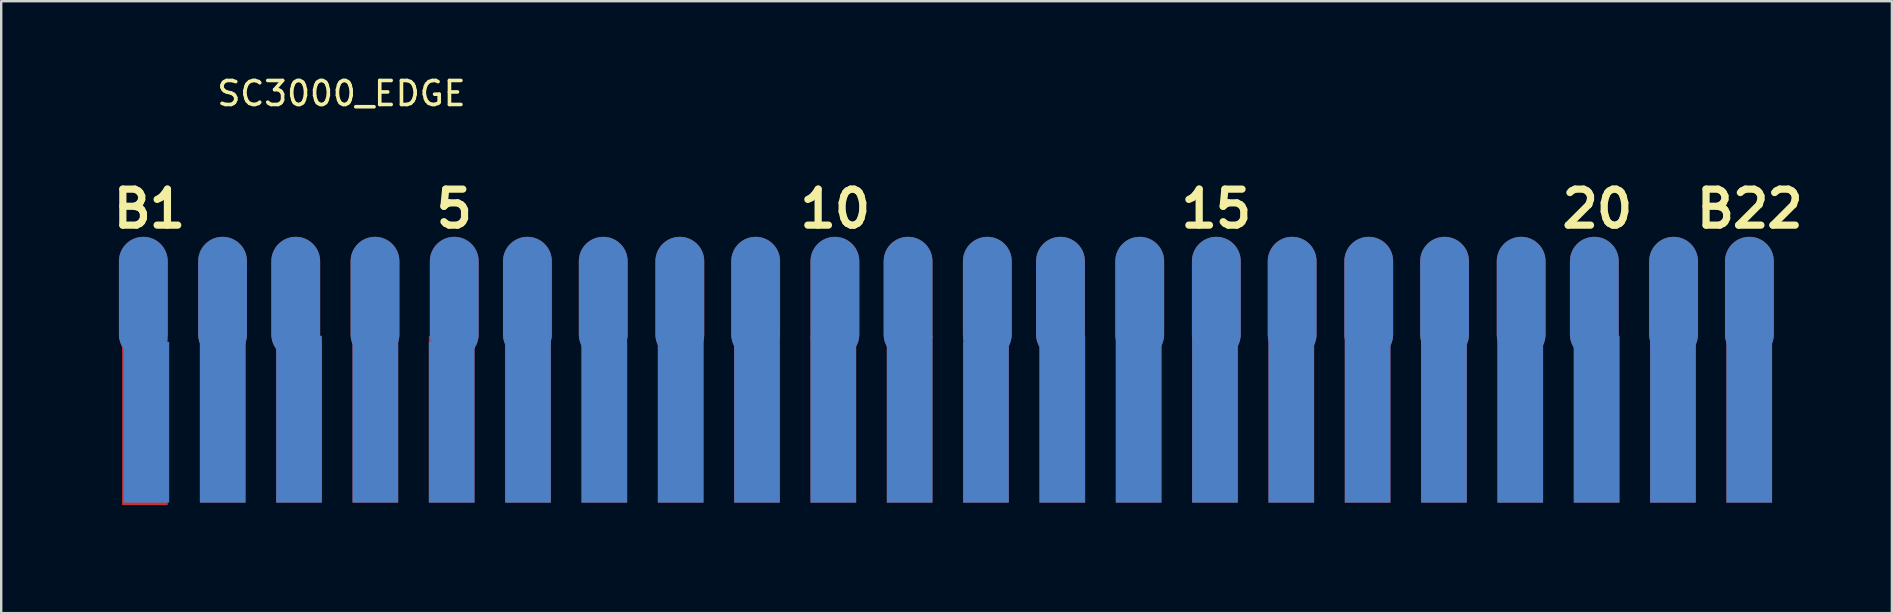
<source format=kicad_pcb>
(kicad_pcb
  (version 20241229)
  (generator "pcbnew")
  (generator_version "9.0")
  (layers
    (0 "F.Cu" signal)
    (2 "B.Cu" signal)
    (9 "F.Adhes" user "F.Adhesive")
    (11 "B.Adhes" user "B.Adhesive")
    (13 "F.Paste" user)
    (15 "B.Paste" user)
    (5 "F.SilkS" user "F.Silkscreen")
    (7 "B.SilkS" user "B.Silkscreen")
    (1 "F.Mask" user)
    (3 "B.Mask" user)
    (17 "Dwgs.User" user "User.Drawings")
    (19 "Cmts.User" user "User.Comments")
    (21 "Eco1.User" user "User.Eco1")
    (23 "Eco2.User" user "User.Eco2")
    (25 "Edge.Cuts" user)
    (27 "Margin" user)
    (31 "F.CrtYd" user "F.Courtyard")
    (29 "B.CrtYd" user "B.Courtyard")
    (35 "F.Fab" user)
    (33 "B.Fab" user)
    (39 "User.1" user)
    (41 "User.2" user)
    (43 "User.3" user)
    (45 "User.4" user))
  (footprint "SC3000_EDGE"
    (layer "F.Cu")
    (at 34.671 5.293)
    (property "Reference" "SC3000_EDGE" (at -23.495 -4.445 0) (layer "F.SilkS") (effects (font (size 1 1) (thickness 0.15))))
    (attr smd)
    (fp_poly (pts (xy -32.634 5.748) (xy -30.734 5.748) (xy -30.734 12.7) (xy -32.634 12.7)) (stroke (width 0) (type solid)) (fill yes) (layer "F.Cu"))
    (fp_poly (pts (xy -29.393 5.899) (xy -27.493 5.899) (xy -27.493 12.597) (xy -29.393 12.597)) (stroke (width 0) (type solid)) (fill yes) (layer "F.Cu"))
    (fp_poly (pts (xy -26.213 5.899) (xy -24.313 5.899) (xy -24.313 12.597) (xy -26.213 12.597)) (stroke (width 0) (type solid)) (fill yes) (layer "F.Cu"))
    (fp_poly (pts (xy -23.033 5.645) (xy -21.133 5.645) (xy -21.133 12.597) (xy -23.033 12.597)) (stroke (width 0) (type solid)) (fill yes) (layer "F.Cu"))
    (fp_poly (pts (xy -19.853 5.645) (xy -17.953 5.645) (xy -17.953 12.597) (xy -19.853 12.597)) (stroke (width 0) (type solid)) (fill yes) (layer "F.Cu"))
    (fp_poly (pts (xy -16.673 5.645) (xy -14.773 5.645) (xy -14.773 12.597) (xy -16.673 12.597)) (stroke (width 0) (type solid)) (fill yes) (layer "F.Cu"))
    (fp_poly (pts (xy -13.493 5.645) (xy -11.593 5.645) (xy -11.593 12.597) (xy -13.493 12.597)) (stroke (width 0) (type solid)) (fill yes) (layer "F.Cu"))
    (fp_poly (pts (xy -10.313 5.645) (xy -8.413 5.645) (xy -8.413 12.597) (xy -10.313 12.597)) (stroke (width 0) (type solid)) (fill yes) (layer "F.Cu"))
    (fp_poly (pts (xy -7.133 5.899) (xy -5.233 5.899) (xy -5.233 12.597) (xy -7.133 12.597)) (stroke (width 0) (type solid)) (fill yes) (layer "F.Cu"))
    (fp_poly (pts (xy -3.953 5.645) (xy -2.053 5.645) (xy -2.053 12.597) (xy -3.953 12.597)) (stroke (width 0) (type solid)) (fill yes) (layer "F.Cu"))
    (fp_poly (pts (xy -0.773 5.645) (xy 1.127 5.645) (xy 1.127 12.597) (xy -0.773 12.597)) (stroke (width 0) (type solid)) (fill yes) (layer "F.Cu"))
    (fp_poly (pts (xy 2.407 5.645) (xy 4.307 5.645) (xy 4.307 12.597) (xy 2.407 12.597)) (stroke (width 0) (type solid)) (fill yes) (layer "F.Cu"))
    (fp_poly (pts (xy 5.587 5.645) (xy 7.487 5.645) (xy 7.487 12.597) (xy 5.587 12.597)) (stroke (width 0) (type solid)) (fill yes) (layer "F.Cu"))
    (fp_poly (pts (xy 8.767 5.645) (xy 10.667 5.645) (xy 10.667 12.597) (xy 8.767 12.597)) (stroke (width 0) (type solid)) (fill yes) (layer "F.Cu"))
    (fp_poly (pts (xy 11.947 5.645) (xy 13.847 5.645) (xy 13.847 12.597) (xy 11.947 12.597)) (stroke (width 0) (type solid)) (fill yes) (layer "F.Cu"))
    (fp_poly (pts (xy 15.127 5.645) (xy 17.027 5.645) (xy 17.027 12.597) (xy 15.127 12.597)) (stroke (width 0) (type solid)) (fill yes) (layer "F.Cu"))
    (fp_poly (pts (xy 18.307 5.645) (xy 20.207 5.645) (xy 20.207 12.597) (xy 18.307 12.597)) (stroke (width 0) (type solid)) (fill yes) (layer "F.Cu"))
    (fp_poly (pts (xy 21.487 5.645) (xy 23.387 5.645) (xy 23.387 12.597) (xy 21.487 12.597)) (stroke (width 0) (type solid)) (fill yes) (layer "F.Cu"))
    (fp_poly (pts (xy 24.667 5.645) (xy 26.567 5.645) (xy 26.567 12.597) (xy 24.667 12.597)) (stroke (width 0) (type solid)) (fill yes) (layer "F.Cu"))
    (fp_poly (pts (xy 27.847 5.645) (xy 29.747 5.645) (xy 29.747 12.597) (xy 27.847 12.597)) (stroke (width 0) (type solid)) (fill yes) (layer "F.Cu"))
    (fp_poly (pts (xy 31.027 5.645) (xy 32.927 5.645) (xy 32.927 12.597) (xy 31.027 12.597)) (stroke (width 0) (type solid)) (fill yes) (layer "F.Cu"))
    (fp_poly (pts (xy 34.207 5.645) (xy 36.107 5.645) (xy 36.107 12.597) (xy 34.207 12.597)) (stroke (width 0) (type solid)) (fill yes) (layer "F.Cu"))
    (fp_poly (pts (xy -34.671 5.842) (xy 38.1 5.842) (xy 38.1 14.201) (xy -34.671 14.201)) (stroke (width 0) (type solid)) (fill yes) (layer "F.Mask"))
    (fp_poly (pts (xy -32.675 12.7) (xy -32.675 6.561) (xy -30.571 6.561) (xy -30.571 12.7)) (stroke (width 0) (type solid)) (fill yes) (layer "F.Mask"))
    (fp_poly (pts (xy -29.494 12.7) (xy -29.494 5.799) (xy -27.391 5.799) (xy -27.391 12.7)) (stroke (width 0) (type solid)) (fill yes) (layer "F.Mask"))
    (fp_poly (pts (xy -26.314 12.7) (xy -26.314 5.799) (xy -24.211 5.799) (xy -24.211 12.7)) (stroke (width 0) (type solid)) (fill yes) (layer "F.Mask"))
    (fp_poly (pts (xy -23.134 12.7) (xy -23.134 5.799) (xy -21.031 5.799) (xy -21.031 12.7)) (stroke (width 0) (type solid)) (fill yes) (layer "F.Mask"))
    (fp_poly (pts (xy -19.954 12.7) (xy -19.954 5.799) (xy -17.851 5.799) (xy -17.851 12.7)) (stroke (width 0) (type solid)) (fill yes) (layer "F.Mask"))
    (fp_poly (pts (xy -16.774 12.7) (xy -16.774 5.799) (xy -14.671 5.799) (xy -14.671 12.7)) (stroke (width 0) (type solid)) (fill yes) (layer "F.Mask"))
    (fp_poly (pts (xy -13.594 12.7) (xy -13.594 5.799) (xy -11.491 5.799) (xy -11.491 12.7)) (stroke (width 0) (type solid)) (fill yes) (layer "F.Mask"))
    (fp_poly (pts (xy -10.414 12.7) (xy -10.414 5.799) (xy -8.311 5.799) (xy -8.311 12.7)) (stroke (width 0) (type solid)) (fill yes) (layer "F.Mask"))
    (fp_poly (pts (xy -7.234 12.7) (xy -7.234 5.799) (xy -5.131 5.799) (xy -5.131 12.7)) (stroke (width 0) (type solid)) (fill yes) (layer "F.Mask"))
    (fp_poly (pts (xy -4.054 12.7) (xy -4.054 5.799) (xy -1.951 5.799) (xy -1.951 12.7)) (stroke (width 0) (type solid)) (fill yes) (layer "F.Mask"))
    (fp_poly (pts (xy -0.874 12.7) (xy -0.874 5.799) (xy 1.229 5.799) (xy 1.229 12.7)) (stroke (width 0) (type solid)) (fill yes) (layer "F.Mask"))
    (fp_poly (pts (xy 2.306 12.7) (xy 2.306 5.799) (xy 4.409 5.799) (xy 4.409 12.7)) (stroke (width 0) (type solid)) (fill yes) (layer "F.Mask"))
    (fp_poly (pts (xy 5.486 12.7) (xy 5.486 5.799) (xy 7.59 5.799) (xy 7.59 12.7)) (stroke (width 0) (type solid)) (fill yes) (layer "F.Mask"))
    (fp_poly (pts (xy 8.666 12.7) (xy 8.666 5.545) (xy 10.77 5.545) (xy 10.77 12.7)) (stroke (width 0) (type solid)) (fill yes) (layer "F.Mask"))
    (fp_poly (pts (xy 11.847 12.7) (xy 11.847 5.799) (xy 13.95 5.799) (xy 13.95 12.7)) (stroke (width 0) (type solid)) (fill yes) (layer "F.Mask"))
    (fp_poly (pts (xy 15.027 12.7) (xy 15.027 5.799) (xy 17.13 5.799) (xy 17.13 12.7)) (stroke (width 0) (type solid)) (fill yes) (layer "F.Mask"))
    (fp_poly (pts (xy 18.204 12.7) (xy 18.204 5.799) (xy 20.31 5.799) (xy 20.31 12.7)) (stroke (width 0) (type solid)) (fill yes) (layer "F.Mask"))
    (fp_poly (pts (xy 21.384 12.7) (xy 21.384 5.799) (xy 23.487 5.799) (xy 23.487 12.7)) (stroke (width 0) (type solid)) (fill yes) (layer "F.Mask"))
    (fp_poly (pts (xy 24.564 12.7) (xy 24.564 5.799) (xy 26.667 5.799) (xy 26.667 12.7)) (stroke (width 0) (type solid)) (fill yes) (layer "F.Mask"))
    (fp_poly (pts (xy 27.744 12.7) (xy 27.744 5.799) (xy 29.848 5.799) (xy 29.848 12.7)) (stroke (width 0) (type solid)) (fill yes) (layer "F.Mask"))
    (fp_poly (pts (xy 30.924 12.7) (xy 30.924 5.799) (xy 33.028 5.799) (xy 33.028 12.7)) (stroke (width 0) (type solid)) (fill yes) (layer "F.Mask"))
    (fp_poly (pts (xy 34.105 12.7) (xy 34.105 5.799) (xy 36.208 5.799) (xy 36.208 12.7)) (stroke (width 0) (type solid)) (fill yes) (layer "F.Mask"))
    (fp_poly (pts (xy -32.573 5.899) (xy -30.673 5.899) (xy -30.673 12.597) (xy -32.573 12.597)) (stroke (width 0) (type solid)) (fill yes) (layer "B.Cu"))
    (fp_poly (pts (xy -29.393 5.899) (xy -27.493 5.899) (xy -27.493 12.597) (xy -29.393 12.597)) (stroke (width 0) (type solid)) (fill yes) (layer "B.Cu"))
    (fp_poly (pts (xy -26.213 5.645) (xy -24.313 5.645) (xy -24.313 12.597) (xy -26.213 12.597)) (stroke (width 0) (type solid)) (fill yes) (layer "B.Cu"))
    (fp_poly (pts (xy -23.033 5.899) (xy -21.133 5.899) (xy -21.133 12.597) (xy -23.033 12.597)) (stroke (width 0) (type solid)) (fill yes) (layer "B.Cu"))
    (fp_poly (pts (xy -19.853 5.899) (xy -17.953 5.899) (xy -17.953 12.597) (xy -19.853 12.597)) (stroke (width 0) (type solid)) (fill yes) (layer "B.Cu"))
    (fp_poly (pts (xy -16.673 5.645) (xy -14.773 5.645) (xy -14.773 12.597) (xy -16.673 12.597)) (stroke (width 0) (type solid)) (fill yes) (layer "B.Cu"))
    (fp_poly (pts (xy -13.493 5.899) (xy -11.593 5.899) (xy -11.593 12.597) (xy -13.493 12.597)) (stroke (width 0) (type solid)) (fill yes) (layer "B.Cu"))
    (fp_poly (pts (xy -10.313 5.645) (xy -8.413 5.645) (xy -8.413 12.597) (xy -10.313 12.597)) (stroke (width 0) (type solid)) (fill yes) (layer "B.Cu"))
    (fp_poly (pts (xy -7.133 5.645) (xy -5.233 5.645) (xy -5.233 12.597) (xy -7.133 12.597)) (stroke (width 0) (type solid)) (fill yes) (layer "B.Cu"))
    (fp_poly (pts (xy -3.953 5.645) (xy -2.053 5.645) (xy -2.053 12.597) (xy -3.953 12.597)) (stroke (width 0) (type solid)) (fill yes) (layer "B.Cu"))
    (fp_poly (pts (xy -0.773 5.645) (xy 1.127 5.645) (xy 1.127 12.597) (xy -0.773 12.597)) (stroke (width 0) (type solid)) (fill yes) (layer "B.Cu"))
    (fp_poly (pts (xy 2.407 5.899) (xy 4.307 5.899) (xy 4.307 12.597) (xy 2.407 12.597)) (stroke (width 0) (type solid)) (fill yes) (layer "B.Cu"))
    (fp_poly (pts (xy 5.587 5.645) (xy 7.487 5.645) (xy 7.487 12.597) (xy 5.587 12.597)) (stroke (width 0) (type solid)) (fill yes) (layer "B.Cu"))
    (fp_poly (pts (xy 8.767 5.645) (xy 10.667 5.645) (xy 10.667 12.597) (xy 8.767 12.597)) (stroke (width 0) (type solid)) (fill yes) (layer "B.Cu"))
    (fp_poly (pts (xy 11.947 5.645) (xy 13.847 5.645) (xy 13.847 12.597) (xy 11.947 12.597)) (stroke (width 0) (type solid)) (fill yes) (layer "B.Cu"))
    (fp_poly (pts (xy 15.127 5.645) (xy 17.027 5.645) (xy 17.027 12.597) (xy 15.127 12.597)) (stroke (width 0) (type solid)) (fill yes) (layer "B.Cu"))
    (fp_poly (pts (xy 18.307 5.645) (xy 20.207 5.645) (xy 20.207 12.597) (xy 18.307 12.597)) (stroke (width 0) (type solid)) (fill yes) (layer "B.Cu"))
    (fp_poly (pts (xy 21.487 5.645) (xy 23.387 5.645) (xy 23.387 12.597) (xy 21.487 12.597)) (stroke (width 0) (type solid)) (fill yes) (layer "B.Cu"))
    (fp_poly (pts (xy 24.667 5.645) (xy 26.567 5.645) (xy 26.567 12.597) (xy 24.667 12.597)) (stroke (width 0) (type solid)) (fill yes) (layer "B.Cu"))
    (fp_poly (pts (xy 27.847 5.645) (xy 29.747 5.645) (xy 29.747 12.597) (xy 27.847 12.597)) (stroke (width 0) (type solid)) (fill yes) (layer "B.Cu"))
    (fp_poly (pts (xy 31.027 5.899) (xy 32.927 5.899) (xy 32.927 12.597) (xy 31.027 12.597)) (stroke (width 0) (type solid)) (fill yes) (layer "B.Cu"))
    (fp_poly (pts (xy 34.207 5.645) (xy 36.107 5.645) (xy 36.107 12.597) (xy 34.207 12.597)) (stroke (width 0) (type solid)) (fill yes) (layer "B.Cu"))
    (fp_poly (pts (xy -34.671 5.842) (xy 38.1 5.842) (xy 38.1 14.201) (xy -34.671 14.201)) (stroke (width 0) (type solid)) (fill yes) (layer "B.Mask"))
    (fp_poly (pts (xy -32.675 12.7) (xy -32.675 5.799) (xy -30.571 5.799) (xy -30.571 12.7)) (stroke (width 0) (type solid)) (fill yes) (layer "B.Mask"))
    (fp_poly (pts (xy -29.494 12.7) (xy -29.494 5.799) (xy -27.391 5.799) (xy -27.391 12.7)) (stroke (width 0) (type solid)) (fill yes) (layer "B.Mask"))
    (fp_poly (pts (xy -26.314 12.7) (xy -26.314 5.799) (xy -24.211 5.799) (xy -24.211 12.7)) (stroke (width 0) (type solid)) (fill yes) (layer "B.Mask"))
    (fp_poly (pts (xy -23.134 12.7) (xy -23.134 5.799) (xy -21.031 5.799) (xy -21.031 12.7)) (stroke (width 0) (type solid)) (fill yes) (layer "B.Mask"))
    (fp_poly (pts (xy -19.954 12.7) (xy -19.954 5.799) (xy -17.851 5.799) (xy -17.851 12.7)) (stroke (width 0) (type solid)) (fill yes) (layer "B.Mask"))
    (fp_poly (pts (xy -16.774 12.7) (xy -16.774 5.799) (xy -14.671 5.799) (xy -14.671 12.7)) (stroke (width 0) (type solid)) (fill yes) (layer "B.Mask"))
    (fp_poly (pts (xy -13.594 12.7) (xy -13.594 5.799) (xy -11.491 5.799) (xy -11.491 12.7)) (stroke (width 0) (type solid)) (fill yes) (layer "B.Mask"))
    (fp_poly (pts (xy -10.414 12.7) (xy -10.414 5.799) (xy -8.311 5.799) (xy -8.311 12.7)) (stroke (width 0) (type solid)) (fill yes) (layer "B.Mask"))
    (fp_poly (pts (xy -7.234 12.7) (xy -7.234 5.799) (xy -5.131 5.799) (xy -5.131 12.7)) (stroke (width 0) (type solid)) (fill yes) (layer "B.Mask"))
    (fp_poly (pts (xy -4.054 12.7) (xy -4.054 5.799) (xy -1.951 5.799) (xy -1.951 12.7)) (stroke (width 0) (type solid)) (fill yes) (layer "B.Mask"))
    (fp_poly (pts (xy -0.874 12.7) (xy -0.874 5.799) (xy 1.229 5.799) (xy 1.229 12.7)) (stroke (width 0) (type solid)) (fill yes) (layer "B.Mask"))
    (fp_poly (pts (xy 2.306 12.7) (xy 2.306 5.799) (xy 4.409 5.799) (xy 4.409 12.7)) (stroke (width 0) (type solid)) (fill yes) (layer "B.Mask"))
    (fp_poly (pts (xy 5.486 12.7) (xy 5.486 5.799) (xy 7.59 5.799) (xy 7.59 12.7)) (stroke (width 0) (type solid)) (fill yes) (layer "B.Mask"))
    (fp_poly (pts (xy 8.666 12.7) (xy 8.666 5.799) (xy 10.77 5.799) (xy 10.77 12.7)) (stroke (width 0) (type solid)) (fill yes) (layer "B.Mask"))
    (fp_poly (pts (xy 11.847 12.7) (xy 11.847 5.799) (xy 13.95 5.799) (xy 13.95 12.7)) (stroke (width 0) (type solid)) (fill yes) (layer "B.Mask"))
    (fp_poly (pts (xy 15.027 12.7) (xy 15.027 5.799) (xy 17.13 5.799) (xy 17.13 12.7)) (stroke (width 0) (type solid)) (fill yes) (layer "B.Mask"))
    (fp_poly (pts (xy 18.204 12.7) (xy 18.204 5.799) (xy 20.31 5.799) (xy 20.31 12.7)) (stroke (width 0) (type solid)) (fill yes) (layer "B.Mask"))
    (fp_poly (pts (xy 21.384 12.7) (xy 21.384 5.799) (xy 23.487 5.799) (xy 23.487 12.7)) (stroke (width 0) (type solid)) (fill yes) (layer "B.Mask"))
    (fp_poly (pts (xy 24.564 12.7) (xy 24.564 5.799) (xy 26.667 5.799) (xy 26.667 12.7)) (stroke (width 0) (type solid)) (fill yes) (layer "B.Mask"))
    (fp_poly (pts (xy 27.744 12.7) (xy 27.744 5.799) (xy 29.848 5.799) (xy 29.848 12.7)) (stroke (width 0) (type solid)) (fill yes) (layer "B.Mask"))
    (fp_poly (pts (xy 30.924 12.7) (xy 30.924 5.799) (xy 33.028 5.799) (xy 33.028 12.7)) (stroke (width 0) (type solid)) (fill yes) (layer "B.Mask"))
    (fp_poly (pts (xy 34.105 12.7) (xy 34.105 5.799) (xy 36.208 5.799) (xy 36.208 12.7)) (stroke (width 0) (type solid)) (fill yes) (layer "B.Mask"))
    (fp_poly (pts (xy -32.573 5.899) (xy -30.673 5.899) (xy -30.673 12.597) (xy -32.573 12.597)) (stroke (width 0) (type solid)) (fill yes) (layer "F.Paste"))
    (fp_poly (pts (xy -29.393 5.899) (xy -27.493 5.899) (xy -27.493 12.597) (xy -29.393 12.597)) (stroke (width 0) (type solid)) (fill yes) (layer "F.Paste"))
    (fp_poly (pts (xy -26.213 5.645) (xy -24.313 5.645) (xy -24.313 12.597) (xy -26.213 12.597)) (stroke (width 0) (type solid)) (fill yes) (layer "F.Paste"))
    (fp_poly (pts (xy -23.033 5.645) (xy -21.133 5.645) (xy -21.133 12.597) (xy -23.033 12.597)) (stroke (width 0) (type solid)) (fill yes) (layer "F.Paste"))
    (fp_poly (pts (xy -19.853 5.645) (xy -17.953 5.645) (xy -17.953 12.597) (xy -19.853 12.597)) (stroke (width 0) (type solid)) (fill yes) (layer "F.Paste"))
    (fp_poly (pts (xy -16.673 5.645) (xy -14.773 5.645) (xy -14.773 12.597) (xy -16.673 12.597)) (stroke (width 0) (type solid)) (fill yes) (layer "F.Paste"))
    (fp_poly (pts (xy -13.493 5.899) (xy -11.593 5.899) (xy -11.593 12.597) (xy -13.493 12.597)) (stroke (width 0) (type solid)) (fill yes) (layer "F.Paste"))
    (fp_poly (pts (xy -10.313 5.899) (xy -8.413 5.899) (xy -8.413 12.597) (xy -10.313 12.597)) (stroke (width 0) (type solid)) (fill yes) (layer "F.Paste"))
    (fp_poly (pts (xy -7.133 5.645) (xy -5.233 5.645) (xy -5.233 12.597) (xy -7.133 12.597)) (stroke (width 0) (type solid)) (fill yes) (layer "F.Paste"))
    (fp_poly (pts (xy -3.953 5.645) (xy -2.053 5.645) (xy -2.053 12.597) (xy -3.953 12.597)) (stroke (width 0) (type solid)) (fill yes) (layer "F.Paste"))
    (fp_poly (pts (xy -0.773 5.645) (xy 1.127 5.645) (xy 1.127 12.597) (xy -0.773 12.597)) (stroke (width 0) (type solid)) (fill yes) (layer "F.Paste"))
    (fp_poly (pts (xy 2.407 5.645) (xy 4.307 5.645) (xy 4.307 12.597) (xy 2.407 12.597)) (stroke (width 0) (type solid)) (fill yes) (layer "F.Paste"))
    (fp_poly (pts (xy 5.587 5.645) (xy 7.487 5.645) (xy 7.487 12.597) (xy 5.587 12.597)) (stroke (width 0) (type solid)) (fill yes) (layer "F.Paste"))
    (fp_poly (pts (xy 8.767 5.645) (xy 10.667 5.645) (xy 10.667 12.597) (xy 8.767 12.597)) (stroke (width 0) (type solid)) (fill yes) (layer "F.Paste"))
    (fp_poly (pts (xy 11.947 5.645) (xy 13.847 5.645) (xy 13.847 12.597) (xy 11.947 12.597)) (stroke (width 0) (type solid)) (fill yes) (layer "F.Paste"))
    (fp_poly (pts (xy 15.127 5.645) (xy 17.027 5.645) (xy 17.027 12.597) (xy 15.127 12.597)) (stroke (width 0) (type solid)) (fill yes) (layer "F.Paste"))
    (fp_poly (pts (xy 18.307 5.645) (xy 20.207 5.645) (xy 20.207 12.597) (xy 18.307 12.597)) (stroke (width 0) (type solid)) (fill yes) (layer "F.Paste"))
    (fp_poly (pts (xy 21.487 5.645) (xy 23.387 5.645) (xy 23.387 12.597) (xy 21.487 12.597)) (stroke (width 0) (type solid)) (fill yes) (layer "F.Paste"))
    (fp_poly (pts (xy 24.667 5.645) (xy 26.567 5.645) (xy 26.567 12.597) (xy 24.667 12.597)) (stroke (width 0) (type solid)) (fill yes) (layer "F.Paste"))
    (fp_poly (pts (xy 27.847 5.645) (xy 29.747 5.645) (xy 29.747 12.597) (xy 27.847 12.597)) (stroke (width 0) (type solid)) (fill yes) (layer "F.Paste"))
    (fp_poly (pts (xy 31.027 5.645) (xy 32.927 5.645) (xy 32.927 12.597) (xy 31.027 12.597)) (stroke (width 0) (type solid)) (fill yes) (layer "F.Paste"))
    (fp_poly (pts (xy 34.207 5.645) (xy 36.107 5.645) (xy 36.107 12.597) (xy 34.207 12.597)) (stroke (width 0) (type solid)) (fill yes) (layer "F.Paste"))
    (fp_poly (pts (xy -32.573 6.153) (xy -30.673 6.153) (xy -30.673 12.597) (xy -32.573 12.597)) (stroke (width 0) (type solid)) (fill yes) (layer "B.Paste"))
    (fp_poly (pts (xy -29.393 5.899) (xy -27.493 5.899) (xy -27.493 12.597) (xy -29.393 12.597)) (stroke (width 0) (type solid)) (fill yes) (layer "B.Paste"))
    (fp_poly (pts (xy -26.213 5.899) (xy -24.313 5.899) (xy -24.313 12.597) (xy -26.213 12.597)) (stroke (width 0) (type solid)) (fill yes) (layer "B.Paste"))
    (fp_poly (pts (xy -23.033 5.645) (xy -21.133 5.645) (xy -21.133 12.597) (xy -23.033 12.597)) (stroke (width 0) (type solid)) (fill yes) (layer "B.Paste"))
    (fp_poly (pts (xy -19.853 5.899) (xy -17.953 5.899) (xy -17.953 12.597) (xy -19.853 12.597)) (stroke (width 0) (type solid)) (fill yes) (layer "B.Paste"))
    (fp_poly (pts (xy -16.673 5.645) (xy -14.773 5.645) (xy -14.773 12.597) (xy -16.673 12.597)) (stroke (width 0) (type solid)) (fill yes) (layer "B.Paste"))
    (fp_poly (pts (xy -13.493 5.645) (xy -11.593 5.645) (xy -11.593 12.597) (xy -13.493 12.597)) (stroke (width 0) (type solid)) (fill yes) (layer "B.Paste"))
    (fp_poly (pts (xy -10.313 5.645) (xy -8.413 5.645) (xy -8.413 12.597) (xy -10.313 12.597)) (stroke (width 0) (type solid)) (fill yes) (layer "B.Paste"))
    (fp_poly (pts (xy -7.133 5.645) (xy -5.233 5.645) (xy -5.233 12.597) (xy -7.133 12.597)) (stroke (width 0) (type solid)) (fill yes) (layer "B.Paste"))
    (fp_poly (pts (xy -3.953 5.899) (xy -2.053 5.899) (xy -2.053 12.597) (xy -3.953 12.597)) (stroke (width 0) (type solid)) (fill yes) (layer "B.Paste"))
    (fp_poly (pts (xy -0.773 5.645) (xy 1.127 5.645) (xy 1.127 12.597) (xy -0.773 12.597)) (stroke (width 0) (type solid)) (fill yes) (layer "B.Paste"))
    (fp_poly (pts (xy 2.407 5.645) (xy 4.307 5.645) (xy 4.307 12.597) (xy 2.407 12.597)) (stroke (width 0) (type solid)) (fill yes) (layer "B.Paste"))
    (fp_poly (pts (xy 5.587 5.645) (xy 7.487 5.645) (xy 7.487 12.597) (xy 5.587 12.597)) (stroke (width 0) (type solid)) (fill yes) (layer "B.Paste"))
    (fp_poly (pts (xy 8.767 5.645) (xy 10.667 5.645) (xy 10.667 12.597) (xy 8.767 12.597)) (stroke (width 0) (type solid)) (fill yes) (layer "B.Paste"))
    (fp_poly (pts (xy 11.947 5.645) (xy 13.847 5.645) (xy 13.847 12.597) (xy 11.947 12.597)) (stroke (width 0) (type solid)) (fill yes) (layer "B.Paste"))
    (fp_poly (pts (xy 15.127 5.645) (xy 17.027 5.645) (xy 17.027 12.597) (xy 15.127 12.597)) (stroke (width 0) (type solid)) (fill yes) (layer "B.Paste"))
    (fp_poly (pts (xy 18.307 5.645) (xy 20.207 5.645) (xy 20.207 12.597) (xy 18.307 12.597)) (stroke (width 0) (type solid)) (fill yes) (layer "B.Paste"))
    (fp_poly (pts (xy 21.487 5.645) (xy 23.387 5.645) (xy 23.387 12.597) (xy 21.487 12.597)) (stroke (width 0) (type solid)) (fill yes) (layer "B.Paste"))
    (fp_poly (pts (xy 24.667 5.645) (xy 26.567 5.645) (xy 26.567 12.597) (xy 24.667 12.597)) (stroke (width 0) (type solid)) (fill yes) (layer "B.Paste"))
    (fp_poly (pts (xy 27.847 5.645) (xy 29.747 5.645) (xy 29.747 12.597) (xy 27.847 12.597)) (stroke (width 0) (type solid)) (fill yes) (layer "B.Paste"))
    (fp_poly (pts (xy 31.027 5.645) (xy 32.927 5.645) (xy 32.927 12.597) (xy 31.027 12.597)) (stroke (width 0) (type solid)) (fill yes) (layer "B.Paste"))
    (fp_poly (pts (xy 34.207 5.645) (xy 36.107 5.645) (xy 36.107 12.597) (xy 34.207 12.597)) (stroke (width 0) (type solid)) (fill yes) (layer "B.Paste"))
    (fp_text user "15" (at 12.954 0.358 0) (layer "F.SilkS") (effects (font (size 1.5 1.5) (thickness 0.3))))
    (fp_text user "20" (at 28.829 0.358 0) (layer "F.SilkS") (effects (font (size 1.5 1.5) (thickness 0.3))))
    (fp_text user "B22" (at 35.179 0.358 0) (layer "F.SilkS") (effects (font (size 1.5 1.5) (thickness 0.3))))
    (fp_text user "B1" (at -31.496 0.358 0) (layer "F.SilkS") (effects (font (size 1.5 1.5) (thickness 0.3))))
    (fp_text user "5" (at -18.796 0.358 0) (layer "F.SilkS") (effects (font (size 1.5 1.5) (thickness 0.3))))
    (fp_text user "10" (at -2.921 0.358 0) (layer "F.SilkS") (effects (font (size 1.5 1.5) (thickness 0.3))))
    (pad "A1" smd oval (at -31.75 4.064) (size 2.032 5.08) (layers "F.Mask" "B.Cu" "F.Paste"))
    (pad "A2" smd oval (at -28.448 4.064) (size 2.032 5.08) (layers "F.Mask" "B.Cu" "F.Paste"))
    (pad "A3" smd oval (at -25.4 4.064) (size 2.032 5.08) (layers "F.Mask" "B.Cu" "F.Paste"))
    (pad "A4" smd oval (at -22.098 4.064) (size 2.032 5.08) (layers "F.Mask" "B.Cu" "F.Paste"))
    (pad "A5" smd oval (at -18.796 4.064) (size 2.032 5.08) (layers "F.Mask" "B.Cu" "F.Paste"))
    (pad "A6" smd oval (at -15.748 4.064) (size 2.032 5.08) (layers "F.Mask" "B.Cu" "F.Paste"))
    (pad "A7" smd oval (at -12.589 4.064) (size 2.032 5.08) (layers "F.Mask" "B.Cu" "F.Paste"))
    (pad "A8" smd oval (at -9.398 4.064) (size 2.032 5.08) (layers "F.Mask" "B.Cu" "F.Paste"))
    (pad "A9" smd oval (at -6.239 4.064) (size 2.032 5.08) (layers "F.Mask" "B.Cu" "F.Paste"))
    (pad "A10" smd oval (at -2.937 4.064) (size 2.032 5.08) (layers "F.Mask" "B.Cu" "F.Paste"))
    (pad "A11" smd oval (at 0.111 4.064) (size 2.032 5.08) (layers "F.Mask" "B.Cu" "F.Paste"))
    (pad "A12" smd oval (at 3.413 4.064) (size 2.032 5.08) (layers "F.Mask" "B.Cu" "F.Paste"))
    (pad "A13" smd oval (at 6.461 4.064) (size 2.032 5.08) (layers "F.Mask" "B.Cu" "F.Paste"))
    (pad "A14" smd oval (at 9.763 4.064) (size 2.032 5.08) (layers "F.Mask" "B.Cu" "F.Paste"))
    (pad "A15" smd oval (at 12.954 4.064) (size 2.032 5.08) (layers "F.Mask" "B.Cu" "F.Paste"))
    (pad "A16" smd oval (at 16.113 4.064) (size 2.032 5.08) (layers "F.Mask" "B.Cu" "F.Paste"))
    (pad "A17" smd oval (at 19.304 4.064) (size 2.032 5.08) (layers "F.Mask" "B.Cu" "F.Paste"))
    (pad "A18" smd oval (at 22.463 4.064) (size 2.032 5.08) (layers "F.Mask" "B.Cu" "F.Paste"))
    (pad "A19" smd oval (at 25.654 4.064) (size 2.032 5.08) (layers "F.Mask" "B.Cu" "F.Paste"))
    (pad "A20" smd oval (at 28.702 4.064) (size 2.032 5.08) (layers "F.Mask" "B.Cu" "F.Paste"))
    (pad "A21" smd oval (at 32.004 4.064) (size 2.032 5.08) (layers "F.Mask" "B.Cu" "F.Paste"))
    (pad "A22" smd oval (at 35.163 4.064) (size 2.032 5.08) (layers "F.Mask" "B.Cu" "F.Paste"))
    (pad "B1" smd oval (at -31.75 4.064) (size 2.032 5.08) (layers "F.Cu" "F.Mask" "F.Paste"))
    (pad "B2" smd oval (at -28.448 4.064) (size 2.032 5.08) (layers "F.Cu" "F.Mask" "F.Paste"))
    (pad "B3" smd oval (at -25.4 4.064) (size 2.032 5.08) (layers "F.Cu" "F.Mask" "F.Paste"))
    (pad "B4" smd oval (at -22.098 4.064) (size 2.032 5.08) (layers "F.Cu" "F.Mask" "F.Paste"))
    (pad "B5" smd oval (at -18.796 4.064) (size 2.032 5.08) (layers "F.Cu" "F.Mask" "F.Paste"))
    (pad "B6" smd oval (at -15.748 4.064) (size 2.032 5.08) (layers "F.Cu" "F.Mask" "F.Paste"))
    (pad "B7" smd oval (at -12.589 4.064) (size 2.032 5.08) (layers "F.Cu" "F.Mask" "F.Paste"))
    (pad "B8" smd oval (at -9.398 4.064) (size 2.032 5.08) (layers "F.Cu" "F.Mask" "F.Paste"))
    (pad "B9" smd oval (at -6.239 4.064) (size 2.032 5.08) (layers "F.Cu" "F.Mask" "F.Paste"))
    (pad "B10" smd oval (at -2.937 4.064) (size 2.032 5.08) (layers "F.Cu" "F.Mask" "F.Paste"))
    (pad "B11" smd oval (at 0.111 4.064) (size 2.032 5.08) (layers "F.Cu" "F.Mask" "F.Paste"))
    (pad "B12" smd oval (at 3.413 4.064) (size 2.032 5.08) (layers "F.Cu" "F.Mask" "F.Paste"))
    (pad "B13" smd oval (at 6.461 4.064) (size 2.032 5.08) (layers "F.Cu" "F.Mask" "F.Paste"))
    (pad "B14" smd oval (at 9.763 4.064) (size 2.032 5.08) (layers "F.Cu" "F.Mask" "F.Paste"))
    (pad "B15" smd oval (at 12.954 4.064) (size 2.032 5.08) (layers "F.Cu" "F.Mask" "F.Paste"))
    (pad "B16" smd oval (at 16.113 4.064) (size 2.032 5.08) (layers "F.Cu" "F.Mask" "F.Paste"))
    (pad "B17" smd oval (at 19.304 4.064) (size 2.032 5.08) (layers "F.Cu" "F.Mask" "F.Paste"))
    (pad "B18" smd oval (at 22.463 4.064) (size 2.032 5.08) (layers "F.Cu" "F.Mask" "F.Paste"))
    (pad "B19" smd oval (at 25.654 4.064) (size 2.032 5.08) (layers "F.Cu" "F.Mask" "F.Paste"))
    (pad "B20" smd oval (at 28.702 4.064) (size 2.032 5.08) (layers "F.Cu" "F.Mask" "F.Paste"))
    (pad "B21" smd oval (at 32.004 4.064) (size 2.032 5.08) (layers "F.Cu" "F.Mask" "F.Paste"))
    (pad "B22" smd oval (at 35.163 4.064) (size 2.032 5.08) (layers "F.Cu" "F.Mask" "F.Paste")))
  (gr_rect
    (start -3 -3)
    (end 75.771 22.494)
    (stroke (width 0.1) (type default))
    (fill no)
    (layer "Edge.Cuts")))
</source>
